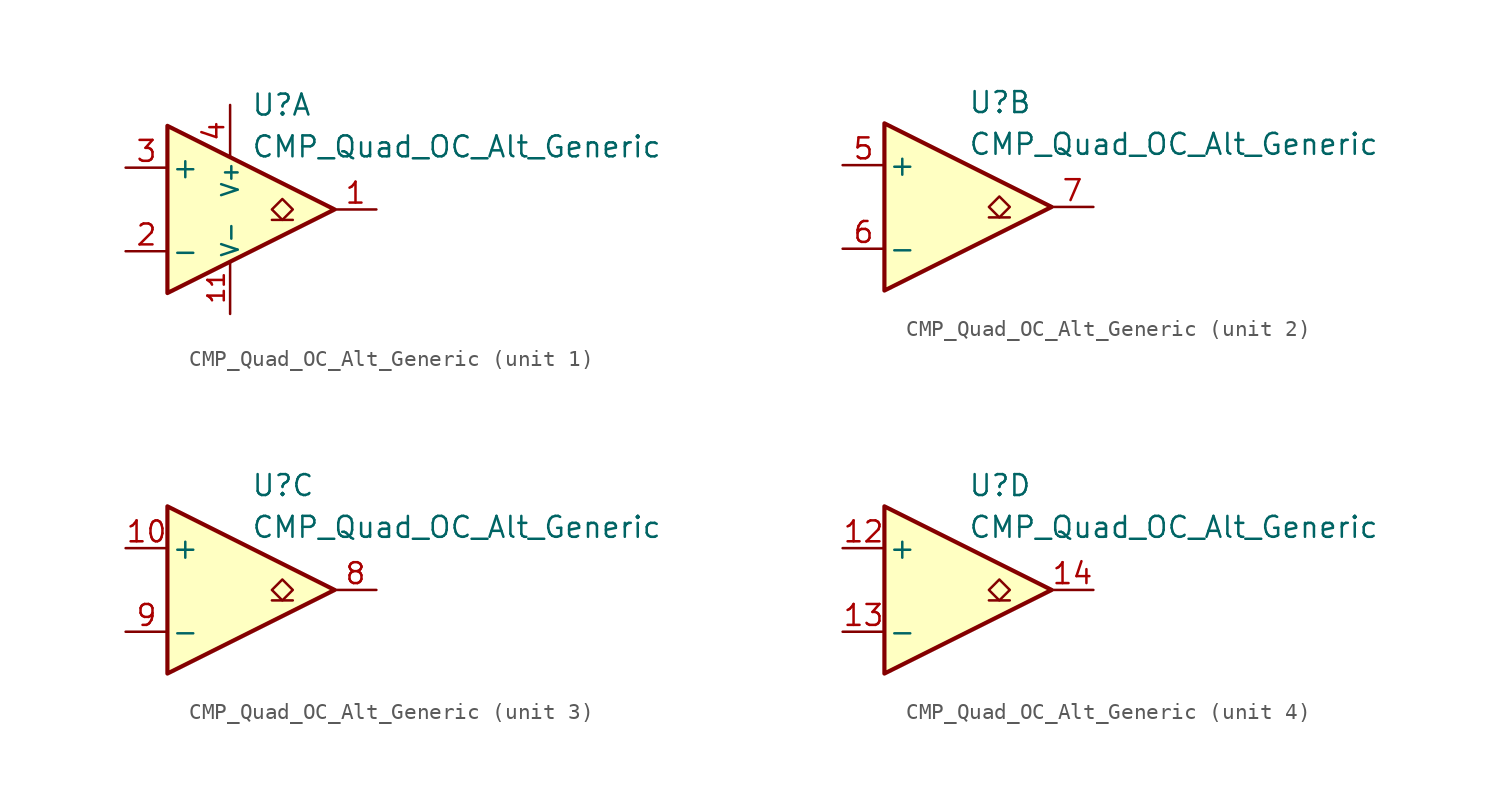
<source format=kicad_sym>
(kicad_symbol_lib
  (version 20231120)
  (generator "kicad_symbol_editor")
  (generator_version "8.0")
  (symbol "CMP_Quad_OC_Alt_Generic"
    (pin_names
      (offset 0.2))
    (property "Reference" "U"
      (at 1.27 6.35 0)
      (effects (font (size 1.27 1.27)) (justify left)))
    (property "Value" "CMP_Quad_OC_Alt_Generic"
      (at 1.27 3.81 0)
      (effects (font (size 1.27 1.27)) (justify left)))
    (property "ki_locked" ""
      (at 0 0 0)
      (effects (font (size 1.27 1.27))))
    (symbol "CMP_Quad_OC_Alt_Generic_0_1"
      (polyline (pts (xy -3.81 5.08) (xy -3.81 -5.08) (xy 6.35 0) (xy -3.81 5.08)) (stroke (width 0.254) (type default)) (fill (type background))))
    (symbol "CMP_Quad_OC_Alt_Generic_1_1"
      (polyline (pts (xy 3.81 -0.635) (xy 2.54 -0.635)) (stroke (width 0.152) (type default)) (fill (type none)))
      (polyline (pts (xy 3.175 -0.635) (xy 2.54 0) (xy 3.175 0.635) (xy 3.81 0) (xy 3.175 -0.635)) (stroke (width 0.152) (type default)) (fill (type none)))
      (pin open_collector line (at 8.89 0 180) (length 2.54) (name "~" (effects (font (size 1.27 1.27)))) (number "1" (effects (font (size 1.27 1.27)))))
      (pin power_in line (at 0 -6.35 90) (length 3.18) (name "V-" (effects (font (size 1 1)))) (number "11" (effects (font (size 1 1)))))
      (pin input line (at -6.35 -2.54 0) (length 2.54) (name "-" (effects (font (size 1.27 1.27)))) (number "2" (effects (font (size 1.27 1.27)))))
      (pin input line (at -6.35 2.54 0) (length 2.54) (name "+" (effects (font (size 1.27 1.27)))) (number "3" (effects (font (size 1.27 1.27)))))
      (pin power_in line (at 0 6.35 270) (length 3.18) (name "V+" (effects (font (size 1 1)))) (number "4" (effects (font (size 1.27 1.27))))))
    (symbol "CMP_Quad_OC_Alt_Generic_2_1"
      (polyline (pts (xy 3.81 -0.635) (xy 2.54 -0.635)) (stroke (width 0.152) (type default)) (fill (type none)))
      (polyline (pts (xy 3.175 -0.635) (xy 2.54 0) (xy 3.175 0.635) (xy 3.81 0) (xy 3.175 -0.635)) (stroke (width 0.152) (type default)) (fill (type none)))
      (pin input line (at -6.35 2.54 0) (length 2.54) (name "+" (effects (font (size 1.27 1.27)))) (number "5" (effects (font (size 1.27 1.27)))))
      (pin input line (at -6.35 -2.54 0) (length 2.54) (name "-" (effects (font (size 1.27 1.27)))) (number "6" (effects (font (size 1.27 1.27)))))
      (pin open_collector line (at 8.89 0 180) (length 2.54) (name "~" (effects (font (size 1.27 1.27)))) (number "7" (effects (font (size 1.27 1.27))))))
    (symbol "CMP_Quad_OC_Alt_Generic_3_1"
      (polyline (pts (xy 3.81 -0.635) (xy 2.54 -0.635)) (stroke (width 0.152) (type default)) (fill (type none)))
      (polyline (pts (xy 3.175 -0.635) (xy 2.54 0) (xy 3.175 0.635) (xy 3.81 0) (xy 3.175 -0.635)) (stroke (width 0.152) (type default)) (fill (type none)))
      (pin input line (at -6.35 2.54 0) (length 2.54) (name "+" (effects (font (size 1.27 1.27)))) (number "10" (effects (font (size 1.27 1.27)))))
      (pin open_collector line (at 8.89 0 180) (length 2.54) (name "~" (effects (font (size 1.27 1.27)))) (number "8" (effects (font (size 1.27 1.27)))))
      (pin input line (at -6.35 -2.54 0) (length 2.54) (name "-" (effects (font (size 1.27 1.27)))) (number "9" (effects (font (size 1.27 1.27))))))
    (symbol "CMP_Quad_OC_Alt_Generic_4_1"
      (polyline (pts (xy 3.81 -0.635) (xy 2.54 -0.635)) (stroke (width 0.152) (type default)) (fill (type none)))
      (polyline (pts (xy 3.175 -0.635) (xy 2.54 0) (xy 3.175 0.635) (xy 3.81 0) (xy 3.175 -0.635)) (stroke (width 0.152) (type default)) (fill (type none)))
      (pin input line (at -6.35 2.54 0) (length 2.54) (name "+" (effects (font (size 1.27 1.27)))) (number "12" (effects (font (size 1.27 1.27)))))
      (pin input line (at -6.35 -2.54 0) (length 2.54) (name "-" (effects (font (size 1.27 1.27)))) (number "13" (effects (font (size 1.27 1.27)))))
      (pin open_collector line (at 8.89 0 180) (length 2.54) (name "~" (effects (font (size 1.27 1.27)))) (number "14" (effects (font (size 1.27 1.27))))))))
</source>
